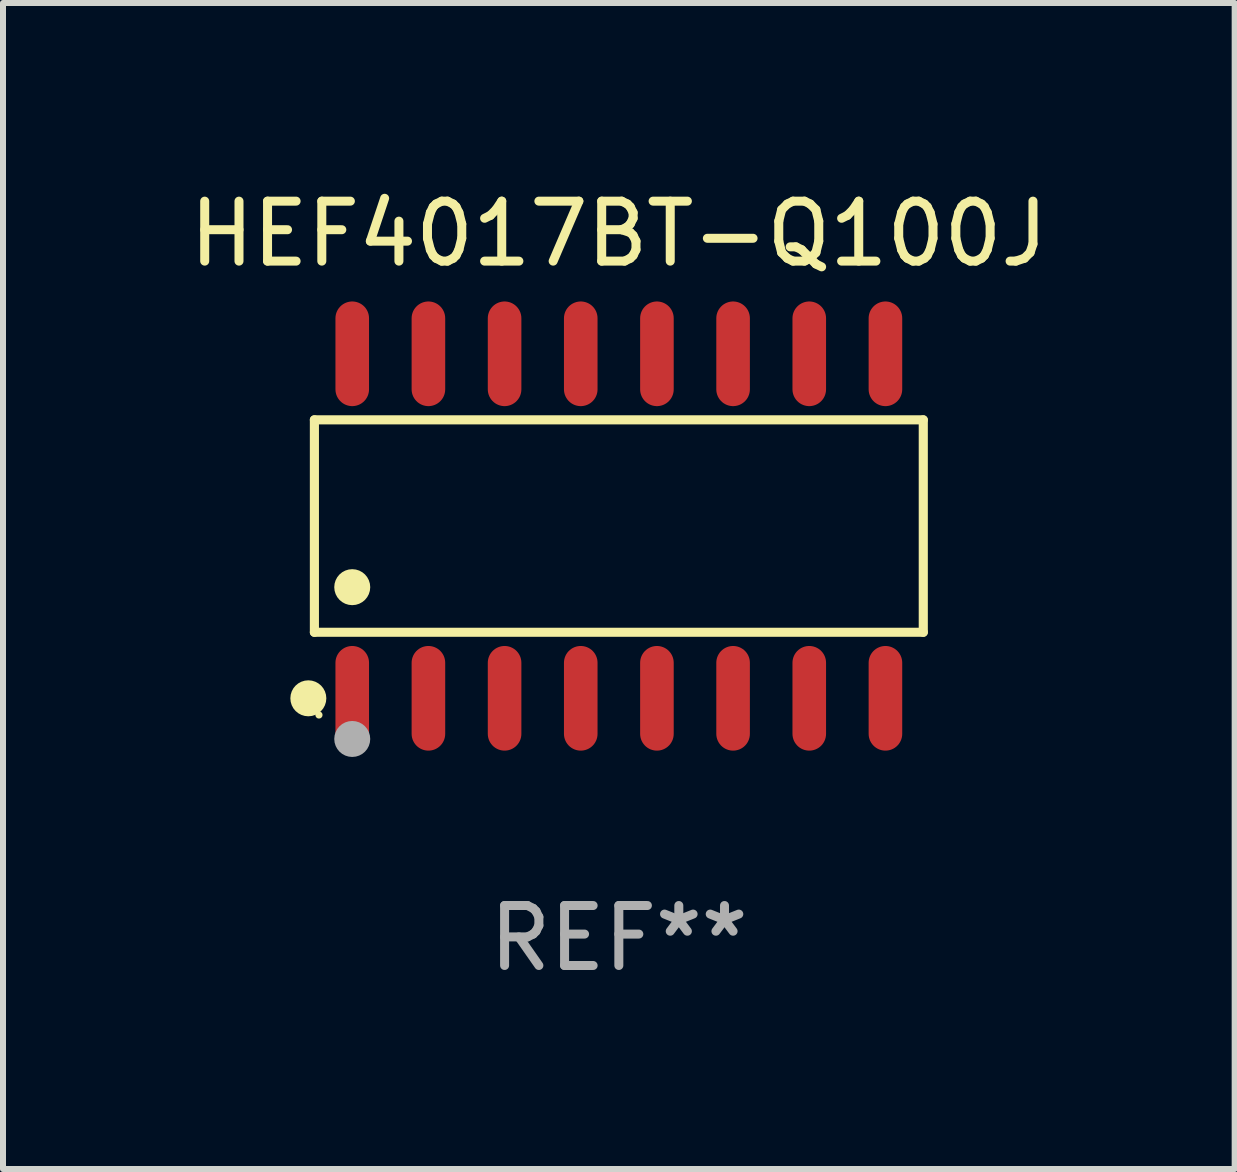
<source format=kicad_pcb>
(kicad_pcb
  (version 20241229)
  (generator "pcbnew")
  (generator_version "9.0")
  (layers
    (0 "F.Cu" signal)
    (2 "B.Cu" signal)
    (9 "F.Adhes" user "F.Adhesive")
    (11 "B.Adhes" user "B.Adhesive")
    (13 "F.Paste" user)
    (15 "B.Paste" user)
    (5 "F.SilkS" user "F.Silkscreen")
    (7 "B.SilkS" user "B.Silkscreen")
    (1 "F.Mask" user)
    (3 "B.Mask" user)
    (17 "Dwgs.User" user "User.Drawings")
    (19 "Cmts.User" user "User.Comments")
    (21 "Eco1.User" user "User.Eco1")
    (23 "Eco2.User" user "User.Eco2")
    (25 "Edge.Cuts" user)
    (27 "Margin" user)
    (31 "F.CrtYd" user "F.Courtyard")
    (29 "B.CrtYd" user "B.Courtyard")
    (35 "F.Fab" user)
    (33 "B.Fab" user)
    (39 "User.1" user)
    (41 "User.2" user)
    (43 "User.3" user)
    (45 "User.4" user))
  (footprint "HEF4017BT-Q100J"
    (layer "F.Cu")
    (at 7.268 5.721)
    (property "Reference" "HEF4017BT-Q100J" (at 0 -4.872 0) (layer "F.SilkS") (effects (font (size 1 1) (thickness 0.15))))
    (attr through_hole)
    (fp_line (start -5.076 -1.771) (end 5.076 -1.771) (stroke (width 0.152) (type solid)) (layer "F.SilkS"))
    (fp_line (start -5.076 1.771) (end -5.076 -1.771) (stroke (width 0.152) (type solid)) (layer "F.SilkS"))
    (fp_line (start 5.076 -1.771) (end 5.076 1.771) (stroke (width 0.152) (type solid)) (layer "F.SilkS"))
    (fp_line (start 5.076 1.771) (end -5.076 1.771) (stroke (width 0.152) (type solid)) (layer "F.SilkS"))
    (fp_circle (center -5.177 2.872) (end -5.027 2.872) (stroke (width 0.3) (type solid)) (fill no) (layer "F.SilkS"))
    (fp_circle (center -5 3.15) (end -4.97 3.15) (stroke (width 0.06) (type solid)) (fill no) (layer "F.SilkS"))
    (fp_circle (center -4.445 1.019) (end -4.295 1.019) (stroke (width 0.3) (type solid)) (fill no) (layer "F.SilkS"))
    (fp_circle (center -4.445 3.55) (end -4.295 3.55) (stroke (width 0.3) (type solid)) (fill no) (layer "F.Fab"))
    (fp_text user "REF**" (at 0 6.872 0) (layer "F.Fab") (effects (font (size 1 1) (thickness 0.15))))
    (pad "1" smd oval (at -4.445 2.872) (size 0.56 1.745) (layers "F.Cu" "F.Mask" "F.Paste"))
    (pad "2" smd oval (at -3.175 2.872) (size 0.56 1.745) (layers "F.Cu" "F.Mask" "F.Paste"))
    (pad "3" smd oval (at -1.905 2.872) (size 0.56 1.745) (layers "F.Cu" "F.Mask" "F.Paste"))
    (pad "4" smd oval (at -0.635 2.872) (size 0.56 1.745) (layers "F.Cu" "F.Mask" "F.Paste"))
    (pad "5" smd oval (at 0.635 2.872) (size 0.56 1.745) (layers "F.Cu" "F.Mask" "F.Paste"))
    (pad "6" smd oval (at 1.905 2.872) (size 0.56 1.745) (layers "F.Cu" "F.Mask" "F.Paste"))
    (pad "7" smd oval (at 3.175 2.872) (size 0.56 1.745) (layers "F.Cu" "F.Mask" "F.Paste"))
    (pad "8" smd oval (at 4.445 2.872) (size 0.56 1.745) (layers "F.Cu" "F.Mask" "F.Paste"))
    (pad "9" smd oval (at 4.445 -2.872) (size 0.56 1.745) (layers "F.Cu" "F.Mask" "F.Paste"))
    (pad "10" smd oval (at 3.175 -2.872) (size 0.56 1.745) (layers "F.Cu" "F.Mask" "F.Paste"))
    (pad "11" smd oval (at 1.905 -2.872) (size 0.56 1.745) (layers "F.Cu" "F.Mask" "F.Paste"))
    (pad "12" smd oval (at 0.635 -2.872) (size 0.56 1.745) (layers "F.Cu" "F.Mask" "F.Paste"))
    (pad "13" smd oval (at -0.635 -2.872) (size 0.56 1.745) (layers "F.Cu" "F.Mask" "F.Paste"))
    (pad "14" smd oval (at -1.905 -2.872) (size 0.56 1.745) (layers "F.Cu" "F.Mask" "F.Paste"))
    (pad "15" smd oval (at -3.175 -2.872) (size 0.56 1.745) (layers "F.Cu" "F.Mask" "F.Paste"))
    (pad "16" smd oval (at -4.445 -2.872) (size 0.56 1.745) (layers "F.Cu" "F.Mask" "F.Paste")))
  (gr_rect
    (start -3 -3)
    (end 17.536 16.441)
    (stroke (width 0.1) (type default))
    (fill no)
    (layer "Edge.Cuts")))
</source>
